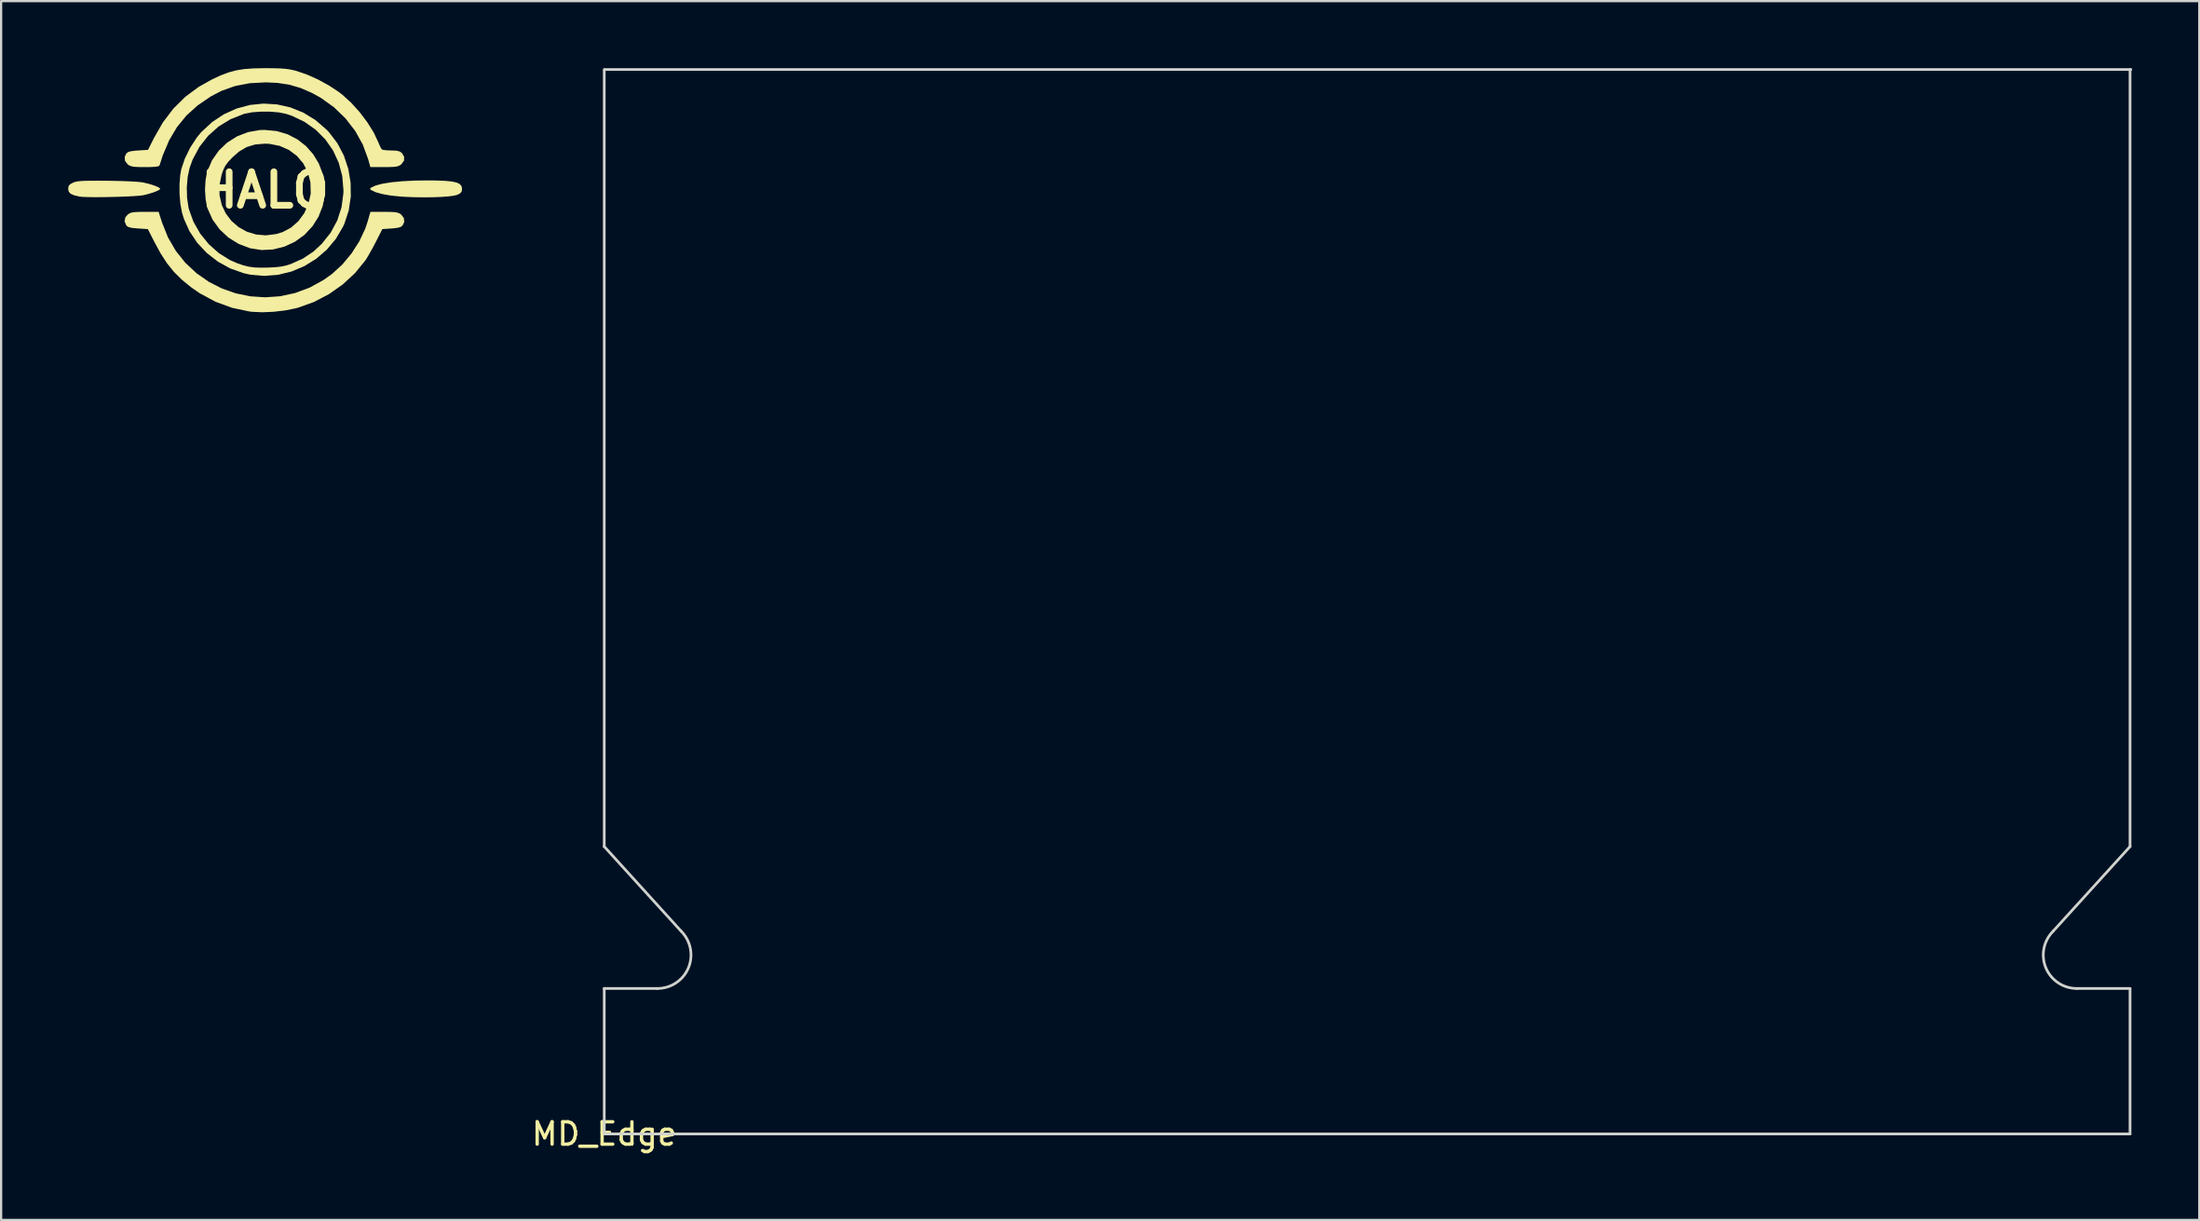
<source format=kicad_pcb>
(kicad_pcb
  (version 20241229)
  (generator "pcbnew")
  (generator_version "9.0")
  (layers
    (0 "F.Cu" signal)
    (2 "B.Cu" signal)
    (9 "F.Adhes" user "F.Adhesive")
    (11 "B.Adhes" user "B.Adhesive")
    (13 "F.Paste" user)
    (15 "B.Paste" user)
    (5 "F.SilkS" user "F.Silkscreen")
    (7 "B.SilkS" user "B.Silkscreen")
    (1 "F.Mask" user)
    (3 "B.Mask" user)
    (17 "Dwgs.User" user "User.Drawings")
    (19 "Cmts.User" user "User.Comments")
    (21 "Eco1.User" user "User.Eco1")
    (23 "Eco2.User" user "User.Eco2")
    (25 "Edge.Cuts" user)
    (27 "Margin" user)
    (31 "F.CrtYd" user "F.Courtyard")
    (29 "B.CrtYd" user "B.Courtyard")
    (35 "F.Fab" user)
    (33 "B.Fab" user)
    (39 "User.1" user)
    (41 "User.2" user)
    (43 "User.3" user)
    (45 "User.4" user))
  (footprint "MD_Edge"
    (layer "F.Cu")
    (at 23.983 47.685)
    (property "Reference" "MD_Edge" (at 0 0 0) (layer "F.SilkS") (effects (font (size 1 1) (thickness 0.15))))
    (attr exclude_from_pos_files exclude_from_bom)
    (fp_line (start 0 -12.859) (end 0 -47.625) (stroke (width 0.12) (type solid)) (layer "Edge.Cuts"))
    (fp_line (start 0 -12.859) (end 3.442 -9.07) (stroke (width 0.12) (type solid)) (layer "Edge.Cuts"))
    (fp_line (start 0 -6.509) (end 2.381 -6.509) (stroke (width 0.12) (type solid)) (layer "Edge.Cuts"))
    (fp_line (start 0 0) (end 0 -6.509) (stroke (width 0.12) (type solid)) (layer "Edge.Cuts"))
    (fp_line (start 0 0) (end 68.262 0) (stroke (width 0.12) (type solid)) (layer "Edge.Cuts"))
    (fp_line (start 0.038 -47.625) (end 68.3 -47.625) (stroke (width 0.12) (type solid)) (layer "Edge.Cuts"))
    (fp_line (start 68.262 -12.859) (end 64.82 -9.07) (stroke (width 0.12) (type solid)) (layer "Edge.Cuts"))
    (fp_line (start 68.262 -12.859) (end 68.262 -47.625) (stroke (width 0.12) (type solid)) (layer "Edge.Cuts"))
    (fp_line (start 68.262 -6.509) (end 65.881 -6.509) (stroke (width 0.12) (type solid)) (layer "Edge.Cuts"))
    (fp_line (start 68.262 0) (end 68.262 -6.509) (stroke (width 0.12) (type solid)) (layer "Edge.Cuts"))
    (fp_arc (start 3.44166 -9.06966) (mid 3.76682 -7.434974) (end 2.381 -6.509) (stroke (width 0.12) (type solid)) (layer "Edge.Cuts"))
    (fp_arc (start 65.881 -6.509) (mid 64.495181 -7.434975) (end 64.82034 -9.06966) (stroke (width 0.12) (type solid)) (layer "Edge.Cuts")))
  (footprint "HALO"
    (layer "F.Cu")
    (at 8.81 5.456)
    (property "Reference" "HALO" (at 0 0 0) (layer "F.SilkS") (effects (font (size 1.5 1.5) (thickness 0.3))))
    (attr board_only exclude_from_pos_files exclude_from_bom)
    (fp_poly (pts (xy 7.637 -0.431) (xy 8.049 -0.415) (xy 8.358 -0.385) (xy 8.577 -0.337) (xy 8.718 -0.265) (xy 8.791 -0.168) (xy 8.81 -0.057) (xy 8.793 0.067) (xy 8.721 0.148) (xy 8.595 0.212) (xy 8.439 0.251) (xy 8.188 0.283) (xy 7.864 0.306) (xy 7.485 0.32) (xy 7.073 0.323) (xy 6.647 0.317) (xy 6.228 0.299) (xy 6.035 0.286) (xy 5.612 0.242) (xy 5.243 0.176) (xy 4.948 0.094) (xy 4.748 0.000217) (xy 4.691 -0.055) (xy 4.736 -0.107) (xy 4.748 -0.115) (xy 4.956 -0.21) (xy 5.267 -0.29) (xy 5.671 -0.353) (xy 6.157 -0.399) (xy 6.714 -0.427) (xy 7.332 -0.434)) (stroke (width 0) (type solid)) (fill yes) (layer "F.SilkS"))
    (fp_poly (pts (xy -7.078 -0.419) (xy -6.664 -0.412) (xy -6.276 -0.401) (xy -5.935 -0.385) (xy -5.662 -0.367) (xy -5.477 -0.346) (xy -5.448 -0.34) (xy -5.195 -0.279) (xy -4.97 -0.209) (xy -4.797 -0.139) (xy -4.702 -0.078) (xy -4.691 -0.056) (xy -4.742 -0.007) (xy -4.878 0.057) (xy -5.07 0.126) (xy -5.292 0.191) (xy -5.435 0.225) (xy -5.594 0.247) (xy -5.844 0.267) (xy -6.16 0.284) (xy -6.519 0.298) (xy -6.9 0.308) (xy -7.278 0.315) (xy -7.632 0.316) (xy -7.937 0.312) (xy -8.172 0.303) (xy -8.302 0.289) (xy -8.556 0.229) (xy -8.713 0.155) (xy -8.791 0.055) (xy -8.81 -0.062) (xy -8.791 -0.185) (xy -8.715 -0.269) (xy -8.595 -0.332) (xy -8.51 -0.364) (xy -8.405 -0.388) (xy -8.264 -0.404) (xy -8.071 -0.415) (xy -7.81 -0.42) (xy -7.464 -0.421)) (stroke (width 0) (type solid)) (fill yes) (layer "F.SilkS"))
    (fp_poly (pts (xy 0.513 -2.643) (xy 1.008 -2.497) (xy 1.45 -2.267) (xy 1.834 -1.966) (xy 2.152 -1.604) (xy 2.401 -1.193) (xy 2.574 -0.746) (xy 2.665 -0.272) (xy 2.669 0.216) (xy 2.579 0.706) (xy 2.391 1.187) (xy 2.122 1.616) (xy 1.761 2.003) (xy 1.335 2.31) (xy 0.862 2.529) (xy 0.358 2.655) (xy -0.158 2.681) (xy -0.67 2.601) (xy -0.671 2.601) (xy -1.184 2.407) (xy -1.642 2.122) (xy -2.034 1.757) (xy -2.346 1.326) (xy -2.566 0.841) (xy -2.58 0.796) (xy -2.661 0.411) (xy -2.689 -0.023) (xy -2.677 -0.221) (xy -2.042 -0.221) (xy -2.037 0.235) (xy -1.94 0.66) (xy -1.759 1.044) (xy -1.505 1.379) (xy -1.188 1.654) (xy -0.819 1.859) (xy -0.407 1.986) (xy 0.037 2.024) (xy 0.503 1.964) (xy 0.784 1.878) (xy 1.161 1.679) (xy 1.488 1.39) (xy 1.753 1.031) (xy 1.94 0.62) (xy 2.037 0.175) (xy 2.041 0.137) (xy 2.028 -0.346) (xy 1.915 -0.792) (xy 1.711 -1.189) (xy 1.426 -1.527) (xy 1.071 -1.793) (xy 0.656 -1.978) (xy 0.192 -2.07) (xy 0 -2.078) (xy -0.442 -2.042) (xy -0.824 -1.927) (xy -1.172 -1.72) (xy -1.462 -1.464) (xy -1.65 -1.264) (xy -1.777 -1.093) (xy -1.868 -0.908) (xy -1.942 -0.698) (xy -2.042 -0.221) (xy -2.677 -0.221) (xy -2.663 -0.456) (xy -2.585 -0.838) (xy -2.584 -0.842) (xy -2.373 -1.335) (xy -2.073 -1.765) (xy -1.697 -2.125) (xy -1.257 -2.404) (xy -0.765 -2.595) (xy -0.234 -2.687) (xy -0.029 -2.694)) (stroke (width 0) (type solid)) (fill yes) (layer "F.SilkS"))
    (fp_poly (pts (xy -4.613 1.444) (xy -4.344 2.117) (xy -3.992 2.722) (xy -3.565 3.255) (xy -3.073 3.714) (xy -2.527 4.097) (xy -1.937 4.399) (xy -1.312 4.619) (xy -0.662 4.752) (xy 0.003 4.796) (xy 0.672 4.749) (xy 1.337 4.606) (xy 1.987 4.365) (xy 2.612 4.023) (xy 2.997 3.748) (xy 3.455 3.328) (xy 3.868 2.832) (xy 4.216 2.288) (xy 4.481 1.725) (xy 4.58 1.431) (xy 4.712 0.973) (xy 5.323 0.973) (xy 5.605 0.975) (xy 5.798 0.986) (xy 5.929 1.009) (xy 6.022 1.048) (xy 6.085 1.091) (xy 6.209 1.248) (xy 6.224 1.427) (xy 6.154 1.577) (xy 6.081 1.64) (xy 5.956 1.682) (xy 5.752 1.709) (xy 5.659 1.716) (xy 5.245 1.745) (xy 4.954 2.318) (xy 4.815 2.582) (xy 4.673 2.837) (xy 4.548 3.048) (xy 4.483 3.149) (xy 4.02 3.716) (xy 3.471 4.223) (xy 2.854 4.656) (xy 2.187 5.005) (xy 1.488 5.256) (xy 1.363 5.29) (xy 0.887 5.385) (xy 0.376 5.444) (xy -0.128 5.465) (xy -0.581 5.445) (xy -0.689 5.433) (xy -1.475 5.267) (xy -2.22 4.994) (xy -2.922 4.616) (xy -3.306 4.35) (xy -3.722 4.011) (xy -4.075 3.661) (xy -4.386 3.276) (xy -4.677 2.828) (xy -4.954 2.318) (xy -5.245 1.745) (xy -5.688 1.716) (xy -5.93 1.695) (xy -6.084 1.663) (xy -6.177 1.615) (xy -6.212 1.577) (xy -6.287 1.393) (xy -6.251 1.217) (xy -6.142 1.091) (xy -6.06 1.037) (xy -5.96 1.002) (xy -5.818 0.983) (xy -5.607 0.974) (xy -5.377 0.973) (xy -4.762 0.973)) (stroke (width 0) (type solid)) (fill yes) (layer "F.SilkS"))
    (fp_poly (pts (xy 0.384 -5.453) (xy 0.68 -5.444) (xy 0.916 -5.427) (xy 1.118 -5.398) (xy 1.313 -5.355) (xy 1.402 -5.332) (xy 1.865 -5.174) (xy 2.363 -4.951) (xy 2.853 -4.684) (xy 3.295 -4.393) (xy 3.455 -4.27) (xy 3.851 -3.909) (xy 4.231 -3.488) (xy 4.574 -3.034) (xy 4.86 -2.576) (xy 5.066 -2.141) (xy 5.075 -2.117) (xy 5.144 -1.956) (xy 5.208 -1.843) (xy 5.232 -1.817) (xy 5.317 -1.795) (xy 5.479 -1.779) (xy 5.649 -1.774) (xy 5.872 -1.765) (xy 6.015 -1.731) (xy 6.115 -1.666) (xy 6.121 -1.659) (xy 6.222 -1.492) (xy 6.214 -1.318) (xy 6.099 -1.16) (xy 6.085 -1.148) (xy 6.002 -1.094) (xy 5.902 -1.059) (xy 5.76 -1.04) (xy 5.548 -1.031) (xy 5.322 -1.03) (xy 4.71 -1.03) (xy 4.611 -1.384) (xy 4.372 -2.035) (xy 4.032 -2.646) (xy 3.6 -3.205) (xy 3.088 -3.701) (xy 2.503 -4.123) (xy 2.088 -4.352) (xy 1.579 -4.572) (xy 1.081 -4.717) (xy 0.556 -4.797) (xy 0.029 -4.821) (xy -0.687 -4.783) (xy -1.341 -4.658) (xy -1.951 -4.441) (xy -2.431 -4.19) (xy -3.019 -3.789) (xy -3.518 -3.338) (xy -3.939 -2.824) (xy -4.288 -2.237) (xy -4.574 -1.564) (xy -4.724 -1.101) (xy -4.773 -1.067) (xy -4.903 -1.044) (xy -5.126 -1.032) (xy -5.368 -1.03) (xy -5.653 -1.032) (xy -5.848 -1.043) (xy -5.98 -1.065) (xy -6.074 -1.102) (xy -6.142 -1.148) (xy -6.266 -1.305) (xy -6.282 -1.485) (xy -6.212 -1.634) (xy -6.144 -1.695) (xy -6.029 -1.735) (xy -5.842 -1.761) (xy -5.684 -1.773) (xy -5.237 -1.802) (xy -4.978 -2.321) (xy -4.573 -3.029) (xy -4.107 -3.643) (xy -3.574 -4.172) (xy -2.965 -4.622) (xy -2.374 -4.953) (xy -1.985 -5.134) (xy -1.633 -5.267) (xy -1.289 -5.359) (xy -0.922 -5.417) (xy -0.502 -5.447) (xy 0 -5.456)) (stroke (width 0) (type solid)) (fill yes) (layer "F.SilkS"))
    (fp_poly (pts (xy 0.537 -3.834) (xy 1.134 -3.699) (xy 1.709 -3.467) (xy 2.251 -3.136) (xy 2.747 -2.708) (xy 2.851 -2.599) (xy 3.232 -2.102) (xy 3.523 -1.548) (xy 3.722 -0.953) (xy 3.826 -0.334) (xy 3.834 0.292) (xy 3.742 0.91) (xy 3.548 1.502) (xy 3.49 1.63) (xy 3.166 2.181) (xy 2.761 2.664) (xy 2.288 3.072) (xy 1.758 3.4) (xy 1.186 3.641) (xy 0.583 3.789) (xy -0.037 3.838) (xy -0.662 3.783) (xy -0.951 3.72) (xy -1.555 3.506) (xy -2.112 3.199) (xy -2.611 2.811) (xy -3.039 2.353) (xy -3.385 1.836) (xy -3.637 1.271) (xy -3.718 1.002) (xy -3.79 0.616) (xy -3.827 0.178) (xy -3.829 -0.12) (xy -3.503 -0.12) (xy -3.49 0.355) (xy -3.424 0.789) (xy -3.407 0.858) (xy -3.202 1.423) (xy -2.902 1.947) (xy -2.522 2.416) (xy -2.075 2.815) (xy -1.575 3.128) (xy -1.267 3.264) (xy -0.984 3.362) (xy -0.733 3.425) (xy -0.477 3.46) (xy -0.177 3.47) (xy 0.143 3.465) (xy 0.482 3.448) (xy 0.746 3.416) (xy 0.974 3.364) (xy 1.158 3.303) (xy 1.694 3.062) (xy 2.157 2.754) (xy 2.537 2.402) (xy 2.935 1.902) (xy 3.23 1.355) (xy 3.42 0.767) (xy 3.502 0.147) (xy 3.505 0) (xy 3.452 -0.63) (xy 3.294 -1.224) (xy 3.04 -1.773) (xy 2.696 -2.267) (xy 2.269 -2.697) (xy 1.767 -3.053) (xy 1.198 -3.325) (xy 0.944 -3.41) (xy 0.623 -3.476) (xy 0.234 -3.51) (xy -0.178 -3.512) (xy -0.573 -3.483) (xy -0.906 -3.421) (xy -0.944 -3.41) (xy -1.545 -3.173) (xy -2.082 -2.844) (xy -2.548 -2.43) (xy -2.935 -1.939) (xy -3.236 -1.379) (xy -3.375 -1.001) (xy -3.464 -0.588) (xy -3.503 -0.12) (xy -3.829 -0.12) (xy -3.829 -0.269) (xy -3.796 -0.682) (xy -3.747 -0.946) (xy -3.585 -1.422) (xy -3.347 -1.905) (xy -3.058 -2.349) (xy -2.861 -2.589) (xy -2.374 -3.041) (xy -1.841 -3.395) (xy -1.271 -3.651) (xy -0.677 -3.81) (xy -0.071 -3.871)) (stroke (width 0) (type solid)) (fill yes) (layer "F.SilkS")))
  (gr_rect
    (start -3 -3)
    (end 95.343 51.533)
    (stroke (width 0.1) (type default))
    (fill no)
    (layer "Edge.Cuts")))
</source>
